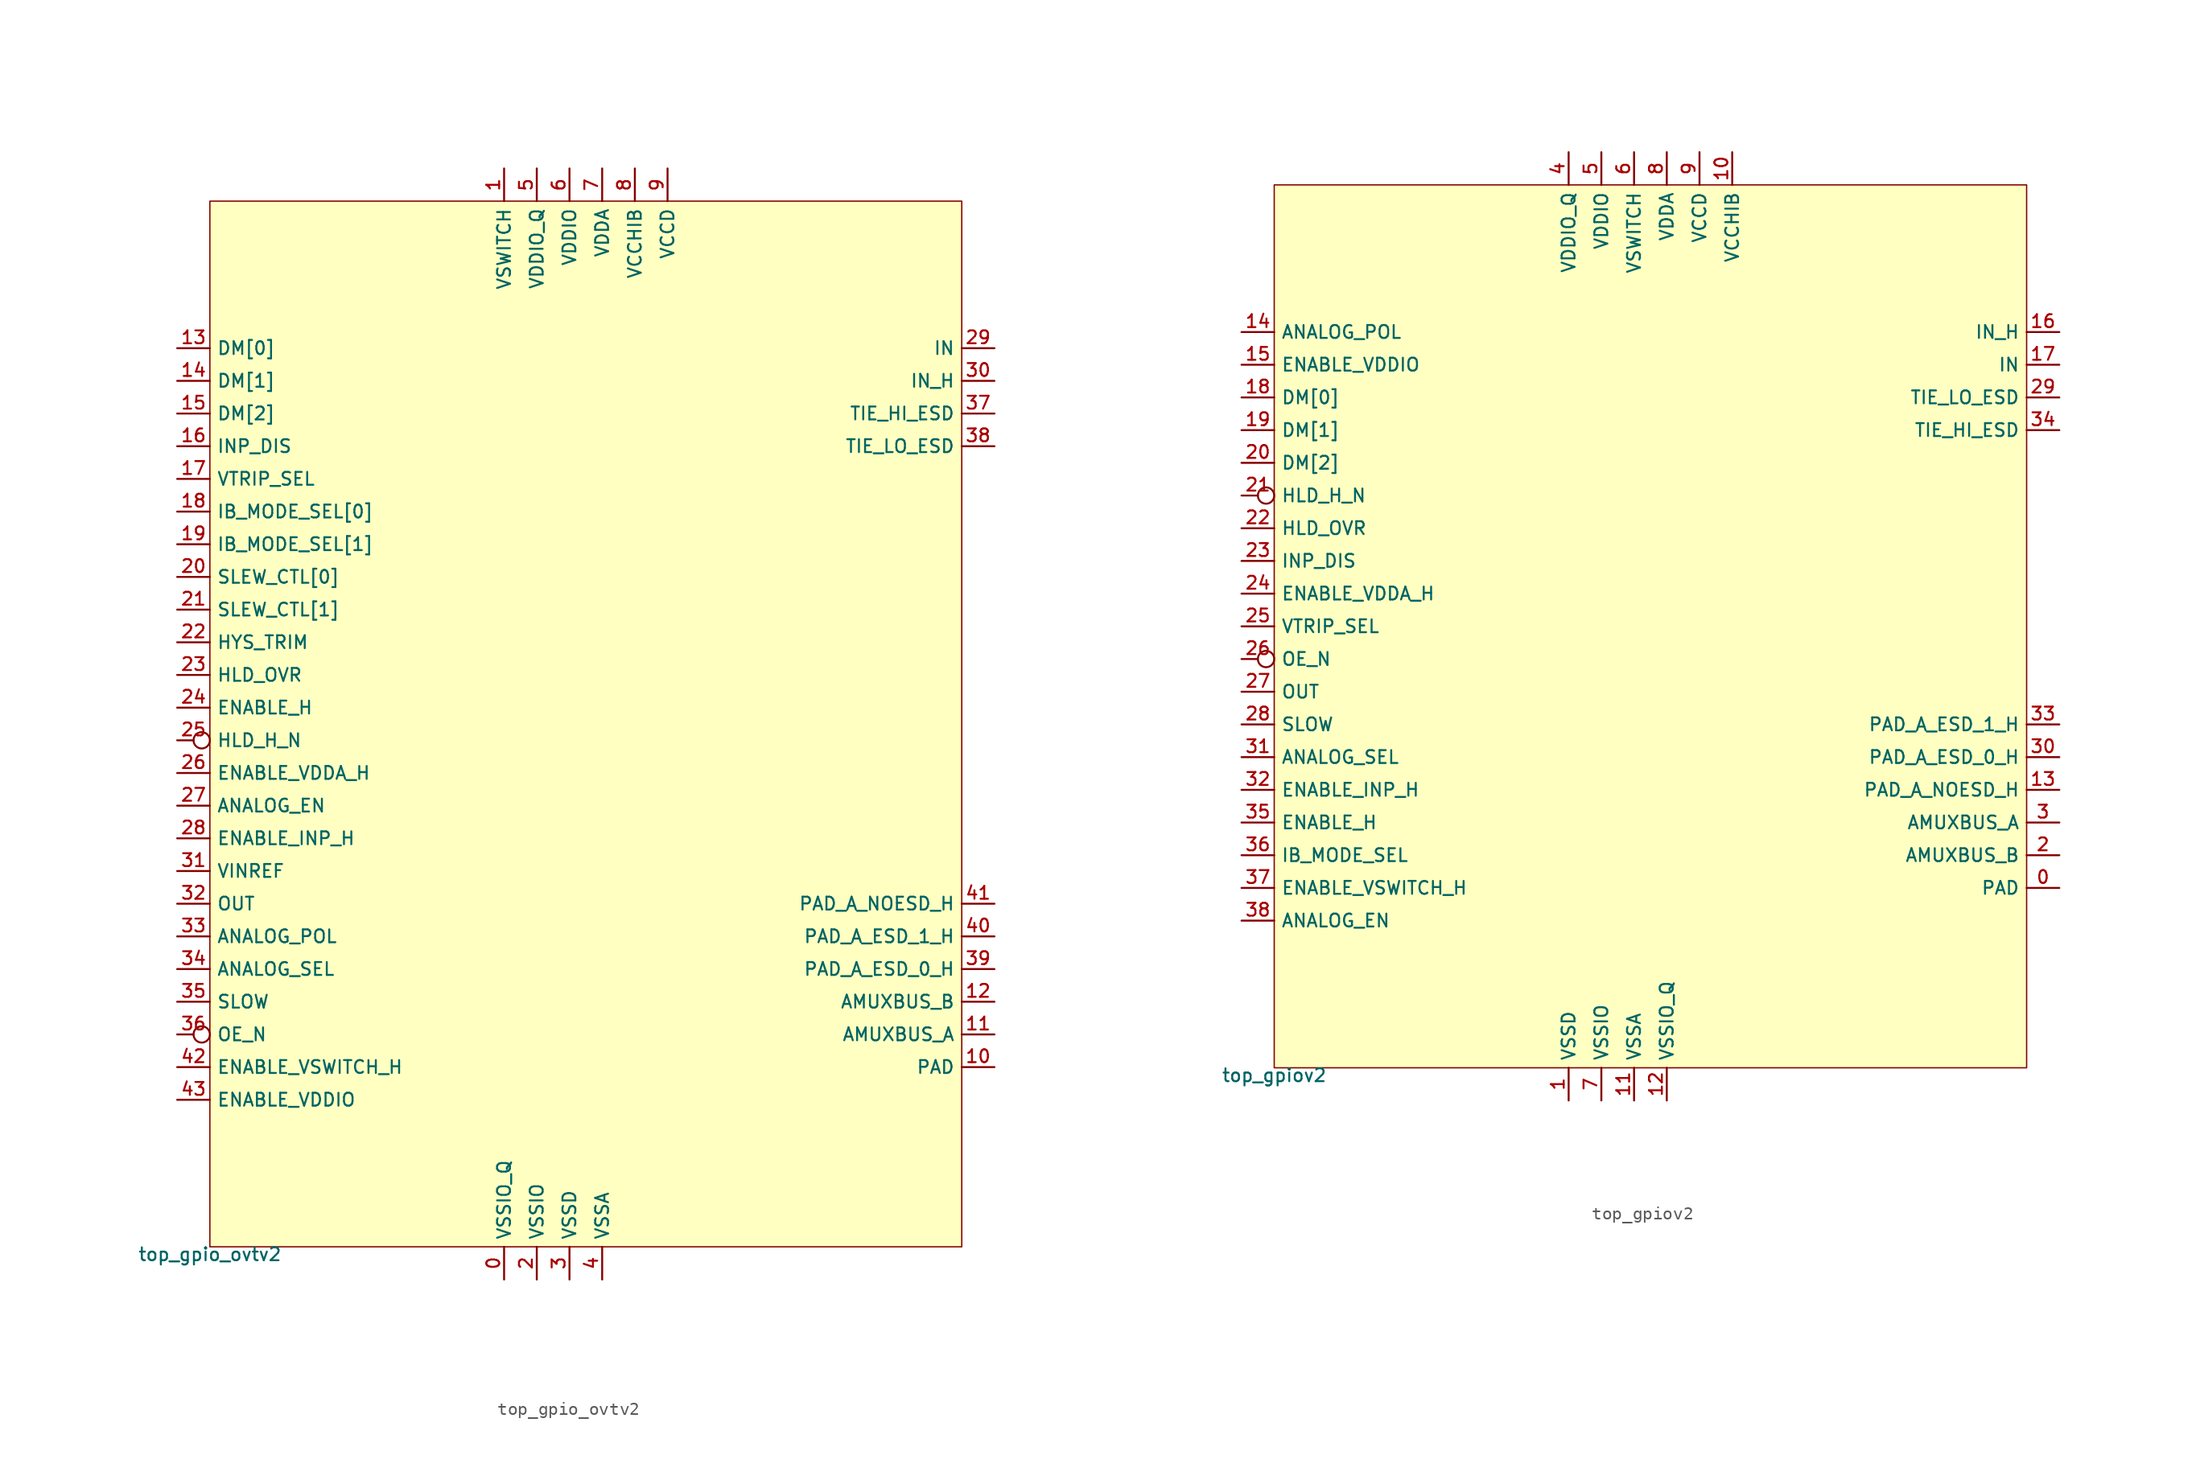
<source format=kicad_sym>
(kicad_symbol_lib
  (version 20211014)
  (generator pdk2kicad)
  (symbol "top_gpio_ovtv2"
    (property "Reference" "X"
      (at 0 0 0)
      (effects (font (size 1 1)) hide))
    (property "Value" "top_gpio_ovtv2"
      (at -29.21 -40.64 0)
      (effects (font (size 1 1)) (justify top)))
    (rectangle
      (start -29.21 -40.64)
      (end 29.21 40.64)
      (stroke (width 0.1) (type solid) (color 0 0 0 0))
      (fill (type background)))
    (pin power_in line
      (at -6.35 -43.18 90)
      (length 2.54)
      (name "VSSIO_Q" (effects (font (size 1 1)) hide))
      (number "0" (effects (font (size 1 1)) hide)))
    (pin power_in line
      (at -6.35 43.18 270)
      (length 2.54)
      (name "VSWITCH" (effects (font (size 1 1)) hide))
      (number "1" (effects (font (size 1 1)) hide)))
    (pin power_in line
      (at -3.81 -43.18 90)
      (length 2.54)
      (name "VSSIO" (effects (font (size 1 1)) hide))
      (number "2" (effects (font (size 1 1)) hide)))
    (pin power_in line
      (at -1.27 -43.18 90)
      (length 2.54)
      (name "VSSD" (effects (font (size 1 1)) hide))
      (number "3" (effects (font (size 1 1)) hide)))
    (pin power_in line
      (at 1.27 -43.18 90)
      (length 2.54)
      (name "VSSA" (effects (font (size 1 1)) hide))
      (number "4" (effects (font (size 1 1)) hide)))
    (pin power_in line
      (at -3.81 43.18 270)
      (length 2.54)
      (name "VDDIO_Q" (effects (font (size 1 1)) hide))
      (number "5" (effects (font (size 1 1)) hide)))
    (pin power_in line
      (at -1.27 43.18 270)
      (length 2.54)
      (name "VDDIO" (effects (font (size 1 1)) hide))
      (number "6" (effects (font (size 1 1)) hide)))
    (pin power_in line
      (at 1.27 43.18 270)
      (length 2.54)
      (name "VDDA" (effects (font (size 1 1)) hide))
      (number "7" (effects (font (size 1 1)) hide)))
    (pin power_in line
      (at 3.81 43.18 270)
      (length 2.54)
      (name "VCCHIB" (effects (font (size 1 1)) hide))
      (number "8" (effects (font (size 1 1)) hide)))
    (pin power_in line
      (at 6.35 43.18 270)
      (length 2.54)
      (name "VCCD" (effects (font (size 1 1)) hide))
      (number "9" (effects (font (size 1 1)) hide)))
    (pin bidirectional line
      (at 31.75 -26.67 180)
      (length 2.54)
      (name "PAD" (effects (font (size 1 1)) hide))
      (number "10" (effects (font (size 1 1)) hide)))
    (pin bidirectional line
      (at 31.75 -24.13 180)
      (length 2.54)
      (name "AMUXBUS_A" (effects (font (size 1 1)) hide))
      (number "11" (effects (font (size 1 1)) hide)))
    (pin bidirectional line
      (at 31.75 -21.59 180)
      (length 2.54)
      (name "AMUXBUS_B" (effects (font (size 1 1)) hide))
      (number "12" (effects (font (size 1 1)) hide)))
    (pin input line
      (at -31.75 29.21 0)
      (length 2.54)
      (name "DM[0]" (effects (font (size 1 1)) hide))
      (number "13" (effects (font (size 1 1)) hide)))
    (pin input line
      (at -31.75 26.67 0)
      (length 2.54)
      (name "DM[1]" (effects (font (size 1 1)) hide))
      (number "14" (effects (font (size 1 1)) hide)))
    (pin input line
      (at -31.75 24.13 0)
      (length 2.54)
      (name "DM[2]" (effects (font (size 1 1)) hide))
      (number "15" (effects (font (size 1 1)) hide)))
    (pin input line
      (at -31.75 21.59 0)
      (length 2.54)
      (name "INP_DIS" (effects (font (size 1 1)) hide))
      (number "16" (effects (font (size 1 1)) hide)))
    (pin input line
      (at -31.75 19.05 0)
      (length 2.54)
      (name "VTRIP_SEL" (effects (font (size 1 1)) hide))
      (number "17" (effects (font (size 1 1)) hide)))
    (pin input line
      (at -31.75 16.51 0)
      (length 2.54)
      (name "IB_MODE_SEL[0]" (effects (font (size 1 1)) hide))
      (number "18" (effects (font (size 1 1)) hide)))
    (pin input line
      (at -31.75 13.97 0)
      (length 2.54)
      (name "IB_MODE_SEL[1]" (effects (font (size 1 1)) hide))
      (number "19" (effects (font (size 1 1)) hide)))
    (pin input line
      (at -31.75 11.43 0)
      (length 2.54)
      (name "SLEW_CTL[0]" (effects (font (size 1 1)) hide))
      (number "20" (effects (font (size 1 1)) hide)))
    (pin input line
      (at -31.75 8.89 0)
      (length 2.54)
      (name "SLEW_CTL[1]" (effects (font (size 1 1)) hide))
      (number "21" (effects (font (size 1 1)) hide)))
    (pin input line
      (at -31.75 6.35 0)
      (length 2.54)
      (name "HYS_TRIM" (effects (font (size 1 1)) hide))
      (number "22" (effects (font (size 1 1)) hide)))
    (pin input line
      (at -31.75 3.81 0)
      (length 2.54)
      (name "HLD_OVR" (effects (font (size 1 1)) hide))
      (number "23" (effects (font (size 1 1)) hide)))
    (pin input line
      (at -31.75 1.27 0)
      (length 2.54)
      (name "ENABLE_H" (effects (font (size 1 1)) hide))
      (number "24" (effects (font (size 1 1)) hide)))
    (pin input inverted
      (at -31.75 -1.27 0)
      (length 2.54)
      (name "HLD_H_N" (effects (font (size 1 1)) hide))
      (number "25" (effects (font (size 1 1)) hide)))
    (pin input line
      (at -31.75 -3.81 0)
      (length 2.54)
      (name "ENABLE_VDDA_H" (effects (font (size 1 1)) hide))
      (number "26" (effects (font (size 1 1)) hide)))
    (pin input line
      (at -31.75 -6.35 0)
      (length 2.54)
      (name "ANALOG_EN" (effects (font (size 1 1)) hide))
      (number "27" (effects (font (size 1 1)) hide)))
    (pin input line
      (at -31.75 -8.89 0)
      (length 2.54)
      (name "ENABLE_INP_H" (effects (font (size 1 1)) hide))
      (number "28" (effects (font (size 1 1)) hide)))
    (pin output line
      (at 31.75 29.21 180)
      (length 2.54)
      (name "IN" (effects (font (size 1 1)) hide))
      (number "29" (effects (font (size 1 1)) hide)))
    (pin output line
      (at 31.75 26.67 180)
      (length 2.54)
      (name "IN_H" (effects (font (size 1 1)) hide))
      (number "30" (effects (font (size 1 1)) hide)))
    (pin input line
      (at -31.75 -11.43 0)
      (length 2.54)
      (name "VINREF" (effects (font (size 1 1)) hide))
      (number "31" (effects (font (size 1 1)) hide)))
    (pin input line
      (at -31.75 -13.97 0)
      (length 2.54)
      (name "OUT" (effects (font (size 1 1)) hide))
      (number "32" (effects (font (size 1 1)) hide)))
    (pin input line
      (at -31.75 -16.51 0)
      (length 2.54)
      (name "ANALOG_POL" (effects (font (size 1 1)) hide))
      (number "33" (effects (font (size 1 1)) hide)))
    (pin input line
      (at -31.75 -19.05 0)
      (length 2.54)
      (name "ANALOG_SEL" (effects (font (size 1 1)) hide))
      (number "34" (effects (font (size 1 1)) hide)))
    (pin input line
      (at -31.75 -21.59 0)
      (length 2.54)
      (name "SLOW" (effects (font (size 1 1)) hide))
      (number "35" (effects (font (size 1 1)) hide)))
    (pin input inverted
      (at -31.75 -24.13 0)
      (length 2.54)
      (name "OE_N" (effects (font (size 1 1)) hide))
      (number "36" (effects (font (size 1 1)) hide)))
    (pin output line
      (at 31.75 24.13 180)
      (length 2.54)
      (name "TIE_HI_ESD" (effects (font (size 1 1)) hide))
      (number "37" (effects (font (size 1 1)) hide)))
    (pin output line
      (at 31.75 21.59 180)
      (length 2.54)
      (name "TIE_LO_ESD" (effects (font (size 1 1)) hide))
      (number "38" (effects (font (size 1 1)) hide)))
    (pin bidirectional line
      (at 31.75 -19.05 180)
      (length 2.54)
      (name "PAD_A_ESD_0_H" (effects (font (size 1 1)) hide))
      (number "39" (effects (font (size 1 1)) hide)))
    (pin bidirectional line
      (at 31.75 -16.51 180)
      (length 2.54)
      (name "PAD_A_ESD_1_H" (effects (font (size 1 1)) hide))
      (number "40" (effects (font (size 1 1)) hide)))
    (pin bidirectional line
      (at 31.75 -13.97 180)
      (length 2.54)
      (name "PAD_A_NOESD_H" (effects (font (size 1 1)) hide))
      (number "41" (effects (font (size 1 1)) hide)))
    (pin input line
      (at -31.75 -26.67 0)
      (length 2.54)
      (name "ENABLE_VSWITCH_H" (effects (font (size 1 1)) hide))
      (number "42" (effects (font (size 1 1)) hide)))
    (pin input line
      (at -31.75 -29.21 0)
      (length 2.54)
      (name "ENABLE_VDDIO" (effects (font (size 1 1)) hide))
      (number "43" (effects (font (size 1 1)) hide))))
  (symbol "top_gpiov2"
    (property "Reference" "X"
      (at 0 0 0)
      (effects (font (size 1 1)) hide))
    (property "Value" "top_gpiov2"
      (at -29.21 -34.29 0)
      (effects (font (size 1 1)) (justify top)))
    (rectangle
      (start -29.21 -34.29)
      (end 29.21 34.29)
      (stroke (width 0.1) (type solid) (color 0 0 0 0))
      (fill (type background)))
    (pin bidirectional line
      (at 31.75 -20.32 180)
      (length 2.54)
      (name "PAD" (effects (font (size 1 1)) hide))
      (number "0" (effects (font (size 1 1)) hide)))
    (pin power_in line
      (at -6.35 -36.83 90)
      (length 2.54)
      (name "VSSD" (effects (font (size 1 1)) hide))
      (number "1" (effects (font (size 1 1)) hide)))
    (pin bidirectional line
      (at 31.75 -17.78 180)
      (length 2.54)
      (name "AMUXBUS_B" (effects (font (size 1 1)) hide))
      (number "2" (effects (font (size 1 1)) hide)))
    (pin bidirectional line
      (at 31.75 -15.24 180)
      (length 2.54)
      (name "AMUXBUS_A" (effects (font (size 1 1)) hide))
      (number "3" (effects (font (size 1 1)) hide)))
    (pin power_in line
      (at -6.35 36.83 270)
      (length 2.54)
      (name "VDDIO_Q" (effects (font (size 1 1)) hide))
      (number "4" (effects (font (size 1 1)) hide)))
    (pin power_in line
      (at -3.81 36.83 270)
      (length 2.54)
      (name "VDDIO" (effects (font (size 1 1)) hide))
      (number "5" (effects (font (size 1 1)) hide)))
    (pin power_in line
      (at -1.27 36.83 270)
      (length 2.54)
      (name "VSWITCH" (effects (font (size 1 1)) hide))
      (number "6" (effects (font (size 1 1)) hide)))
    (pin power_in line
      (at -3.81 -36.83 90)
      (length 2.54)
      (name "VSSIO" (effects (font (size 1 1)) hide))
      (number "7" (effects (font (size 1 1)) hide)))
    (pin power_in line
      (at 1.27 36.83 270)
      (length 2.54)
      (name "VDDA" (effects (font (size 1 1)) hide))
      (number "8" (effects (font (size 1 1)) hide)))
    (pin power_in line
      (at 3.81 36.83 270)
      (length 2.54)
      (name "VCCD" (effects (font (size 1 1)) hide))
      (number "9" (effects (font (size 1 1)) hide)))
    (pin power_in line
      (at 6.35 36.83 270)
      (length 2.54)
      (name "VCCHIB" (effects (font (size 1 1)) hide))
      (number "10" (effects (font (size 1 1)) hide)))
    (pin power_in line
      (at -1.27 -36.83 90)
      (length 2.54)
      (name "VSSA" (effects (font (size 1 1)) hide))
      (number "11" (effects (font (size 1 1)) hide)))
    (pin power_in line
      (at 1.27 -36.83 90)
      (length 2.54)
      (name "VSSIO_Q" (effects (font (size 1 1)) hide))
      (number "12" (effects (font (size 1 1)) hide)))
    (pin bidirectional line
      (at 31.75 -12.7 180)
      (length 2.54)
      (name "PAD_A_NOESD_H" (effects (font (size 1 1)) hide))
      (number "13" (effects (font (size 1 1)) hide)))
    (pin input line
      (at -31.75 22.86 0)
      (length 2.54)
      (name "ANALOG_POL" (effects (font (size 1 1)) hide))
      (number "14" (effects (font (size 1 1)) hide)))
    (pin input line
      (at -31.75 20.32 0)
      (length 2.54)
      (name "ENABLE_VDDIO" (effects (font (size 1 1)) hide))
      (number "15" (effects (font (size 1 1)) hide)))
    (pin output line
      (at 31.75 22.86 180)
      (length 2.54)
      (name "IN_H" (effects (font (size 1 1)) hide))
      (number "16" (effects (font (size 1 1)) hide)))
    (pin output line
      (at 31.75 20.32 180)
      (length 2.54)
      (name "IN" (effects (font (size 1 1)) hide))
      (number "17" (effects (font (size 1 1)) hide)))
    (pin input line
      (at -31.75 17.78 0)
      (length 2.54)
      (name "DM[0]" (effects (font (size 1 1)) hide))
      (number "18" (effects (font (size 1 1)) hide)))
    (pin input line
      (at -31.75 15.24 0)
      (length 2.54)
      (name "DM[1]" (effects (font (size 1 1)) hide))
      (number "19" (effects (font (size 1 1)) hide)))
    (pin input line
      (at -31.75 12.7 0)
      (length 2.54)
      (name "DM[2]" (effects (font (size 1 1)) hide))
      (number "20" (effects (font (size 1 1)) hide)))
    (pin input inverted
      (at -31.75 10.16 0)
      (length 2.54)
      (name "HLD_H_N" (effects (font (size 1 1)) hide))
      (number "21" (effects (font (size 1 1)) hide)))
    (pin input line
      (at -31.75 7.62 0)
      (length 2.54)
      (name "HLD_OVR" (effects (font (size 1 1)) hide))
      (number "22" (effects (font (size 1 1)) hide)))
    (pin input line
      (at -31.75 5.08 0)
      (length 2.54)
      (name "INP_DIS" (effects (font (size 1 1)) hide))
      (number "23" (effects (font (size 1 1)) hide)))
    (pin input line
      (at -31.75 2.54 0)
      (length 2.54)
      (name "ENABLE_VDDA_H" (effects (font (size 1 1)) hide))
      (number "24" (effects (font (size 1 1)) hide)))
    (pin input line
      (at -31.75 0.0 0)
      (length 2.54)
      (name "VTRIP_SEL" (effects (font (size 1 1)) hide))
      (number "25" (effects (font (size 1 1)) hide)))
    (pin input inverted
      (at -31.75 -2.54 0)
      (length 2.54)
      (name "OE_N" (effects (font (size 1 1)) hide))
      (number "26" (effects (font (size 1 1)) hide)))
    (pin input line
      (at -31.75 -5.08 0)
      (length 2.54)
      (name "OUT" (effects (font (size 1 1)) hide))
      (number "27" (effects (font (size 1 1)) hide)))
    (pin input line
      (at -31.75 -7.62 0)
      (length 2.54)
      (name "SLOW" (effects (font (size 1 1)) hide))
      (number "28" (effects (font (size 1 1)) hide)))
    (pin output line
      (at 31.75 17.78 180)
      (length 2.54)
      (name "TIE_LO_ESD" (effects (font (size 1 1)) hide))
      (number "29" (effects (font (size 1 1)) hide)))
    (pin bidirectional line
      (at 31.75 -10.16 180)
      (length 2.54)
      (name "PAD_A_ESD_0_H" (effects (font (size 1 1)) hide))
      (number "30" (effects (font (size 1 1)) hide)))
    (pin input line
      (at -31.75 -10.16 0)
      (length 2.54)
      (name "ANALOG_SEL" (effects (font (size 1 1)) hide))
      (number "31" (effects (font (size 1 1)) hide)))
    (pin input line
      (at -31.75 -12.7 0)
      (length 2.54)
      (name "ENABLE_INP_H" (effects (font (size 1 1)) hide))
      (number "32" (effects (font (size 1 1)) hide)))
    (pin bidirectional line
      (at 31.75 -7.62 180)
      (length 2.54)
      (name "PAD_A_ESD_1_H" (effects (font (size 1 1)) hide))
      (number "33" (effects (font (size 1 1)) hide)))
    (pin output line
      (at 31.75 15.24 180)
      (length 2.54)
      (name "TIE_HI_ESD" (effects (font (size 1 1)) hide))
      (number "34" (effects (font (size 1 1)) hide)))
    (pin input line
      (at -31.75 -15.24 0)
      (length 2.54)
      (name "ENABLE_H" (effects (font (size 1 1)) hide))
      (number "35" (effects (font (size 1 1)) hide)))
    (pin input line
      (at -31.75 -17.78 0)
      (length 2.54)
      (name "IB_MODE_SEL" (effects (font (size 1 1)) hide))
      (number "36" (effects (font (size 1 1)) hide)))
    (pin input line
      (at -31.75 -20.32 0)
      (length 2.54)
      (name "ENABLE_VSWITCH_H" (effects (font (size 1 1)) hide))
      (number "37" (effects (font (size 1 1)) hide)))
    (pin input line
      (at -31.75 -22.86 0)
      (length 2.54)
      (name "ANALOG_EN" (effects (font (size 1 1)) hide))
      (number "38" (effects (font (size 1 1)) hide)))))
</source>
